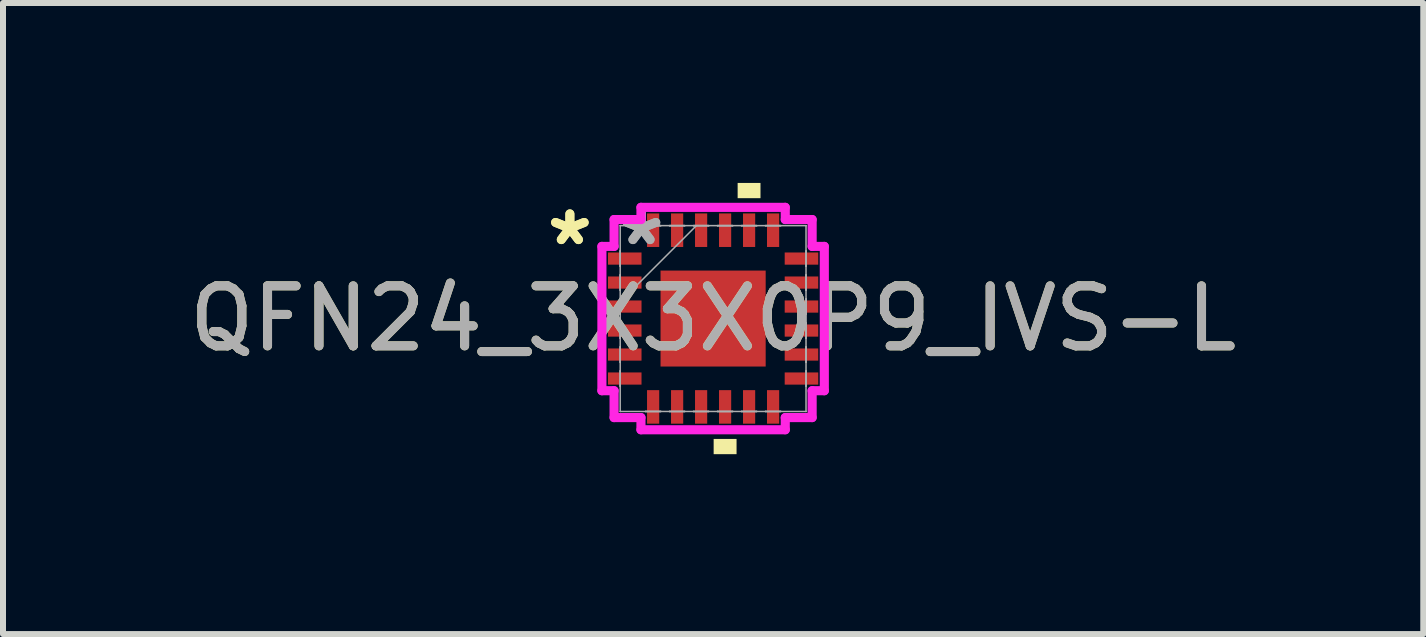
<source format=kicad_pcb>
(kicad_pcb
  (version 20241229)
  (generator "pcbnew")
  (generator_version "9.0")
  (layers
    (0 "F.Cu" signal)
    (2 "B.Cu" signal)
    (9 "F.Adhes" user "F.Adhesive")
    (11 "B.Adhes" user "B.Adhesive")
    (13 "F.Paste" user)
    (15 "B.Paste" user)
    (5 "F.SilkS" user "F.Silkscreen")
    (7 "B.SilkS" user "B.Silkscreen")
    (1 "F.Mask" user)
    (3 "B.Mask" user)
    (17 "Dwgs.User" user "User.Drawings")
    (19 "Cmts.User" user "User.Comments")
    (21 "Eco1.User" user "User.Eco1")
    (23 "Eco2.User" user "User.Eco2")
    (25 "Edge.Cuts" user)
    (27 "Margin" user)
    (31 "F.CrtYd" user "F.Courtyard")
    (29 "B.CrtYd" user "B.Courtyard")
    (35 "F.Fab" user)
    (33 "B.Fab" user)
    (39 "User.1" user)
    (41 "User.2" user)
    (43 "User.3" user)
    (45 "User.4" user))
  (footprint "QFN24_3X3X0P9_IVS-L"
    (layer "F.Cu")
    (at 8.839 2.261)
    (property "Reference" "QFN24_3X3X0P9_IVS-L" (at 0 0 0) (unlocked yes) (layer "F.SilkS") (effects (font (size 1 1) (thickness 0.15))))
    (attr smd)
    (fp_poly (pts (xy 0.009 2.007) (xy 0.009 2.261) (xy 0.391 2.261) (xy 0.391 2.007)) (stroke (width 0) (type solid)) (fill yes) (layer "F.SilkS"))
    (fp_poly (pts (xy 0.409 -2.007) (xy 0.409 -2.261) (xy 0.79 -2.261) (xy 0.79 -2.007)) (stroke (width 0) (type solid)) (fill yes) (layer "F.SilkS"))
    (fp_line (start -1.854 -1.203) (end -1.651 -1.203) (stroke (width 0.152) (type solid)) (layer "F.CrtYd"))
    (fp_line (start -1.854 1.203) (end -1.854 -1.203) (stroke (width 0.152) (type solid)) (layer "F.CrtYd"))
    (fp_line (start -1.651 -1.651) (end -1.203 -1.651) (stroke (width 0.152) (type solid)) (layer "F.CrtYd"))
    (fp_line (start -1.651 -1.203) (end -1.651 -1.651) (stroke (width 0.152) (type solid)) (layer "F.CrtYd"))
    (fp_line (start -1.651 1.203) (end -1.854 1.203) (stroke (width 0.152) (type solid)) (layer "F.CrtYd"))
    (fp_line (start -1.651 1.651) (end -1.651 1.203) (stroke (width 0.152) (type solid)) (layer "F.CrtYd"))
    (fp_line (start -1.203 -1.854) (end 1.203 -1.854) (stroke (width 0.152) (type solid)) (layer "F.CrtYd"))
    (fp_line (start -1.203 -1.651) (end -1.203 -1.854) (stroke (width 0.152) (type solid)) (layer "F.CrtYd"))
    (fp_line (start -1.203 1.651) (end -1.651 1.651) (stroke (width 0.152) (type solid)) (layer "F.CrtYd"))
    (fp_line (start -1.203 1.854) (end -1.203 1.651) (stroke (width 0.152) (type solid)) (layer "F.CrtYd"))
    (fp_line (start 1.203 -1.854) (end 1.203 -1.651) (stroke (width 0.152) (type solid)) (layer "F.CrtYd"))
    (fp_line (start 1.203 -1.651) (end 1.651 -1.651) (stroke (width 0.152) (type solid)) (layer "F.CrtYd"))
    (fp_line (start 1.203 1.651) (end 1.203 1.854) (stroke (width 0.152) (type solid)) (layer "F.CrtYd"))
    (fp_line (start 1.203 1.854) (end -1.203 1.854) (stroke (width 0.152) (type solid)) (layer "F.CrtYd"))
    (fp_line (start 1.651 -1.651) (end 1.651 -1.203) (stroke (width 0.152) (type solid)) (layer "F.CrtYd"))
    (fp_line (start 1.651 -1.203) (end 1.854 -1.203) (stroke (width 0.152) (type solid)) (layer "F.CrtYd"))
    (fp_line (start 1.651 1.203) (end 1.651 1.651) (stroke (width 0.152) (type solid)) (layer "F.CrtYd"))
    (fp_line (start 1.651 1.651) (end 1.203 1.651) (stroke (width 0.152) (type solid)) (layer "F.CrtYd"))
    (fp_line (start 1.854 -1.203) (end 1.854 1.203) (stroke (width 0.152) (type solid)) (layer "F.CrtYd"))
    (fp_line (start 1.854 1.203) (end 1.651 1.203) (stroke (width 0.152) (type solid)) (layer "F.CrtYd"))
    (fp_line (start -1.549 -1.549) (end -1.549 -1.549) (stroke (width 0.025) (type solid)) (layer "F.Fab"))
    (fp_line (start -1.549 -1.549) (end -1.549 1.549) (stroke (width 0.025) (type solid)) (layer "F.Fab"))
    (fp_line (start -1.549 -1.127) (end -1.549 -1.127) (stroke (width 0.025) (type solid)) (layer "F.Fab"))
    (fp_line (start -1.549 -1.127) (end -1.549 -0.873) (stroke (width 0.025) (type solid)) (layer "F.Fab"))
    (fp_line (start -1.549 -0.873) (end -1.549 -1.127) (stroke (width 0.025) (type solid)) (layer "F.Fab"))
    (fp_line (start -1.549 -0.873) (end -1.549 -0.873) (stroke (width 0.025) (type solid)) (layer "F.Fab"))
    (fp_line (start -1.549 -0.727) (end -1.549 -0.727) (stroke (width 0.025) (type solid)) (layer "F.Fab"))
    (fp_line (start -1.549 -0.727) (end -1.549 -0.473) (stroke (width 0.025) (type solid)) (layer "F.Fab"))
    (fp_line (start -1.549 -0.473) (end -1.549 -0.727) (stroke (width 0.025) (type solid)) (layer "F.Fab"))
    (fp_line (start -1.549 -0.473) (end -1.549 -0.473) (stroke (width 0.025) (type solid)) (layer "F.Fab"))
    (fp_line (start -1.549 -0.327) (end -1.549 -0.327) (stroke (width 0.025) (type solid)) (layer "F.Fab"))
    (fp_line (start -1.549 -0.327) (end -1.549 -0.073) (stroke (width 0.025) (type solid)) (layer "F.Fab"))
    (fp_line (start -1.549 -0.279) (end -0.279 -1.549) (stroke (width 0.025) (type solid)) (layer "F.Fab"))
    (fp_line (start -1.549 -0.073) (end -1.549 -0.327) (stroke (width 0.025) (type solid)) (layer "F.Fab"))
    (fp_line (start -1.549 -0.073) (end -1.549 -0.073) (stroke (width 0.025) (type solid)) (layer "F.Fab"))
    (fp_line (start -1.549 0.073) (end -1.549 0.073) (stroke (width 0.025) (type solid)) (layer "F.Fab"))
    (fp_line (start -1.549 0.073) (end -1.549 0.327) (stroke (width 0.025) (type solid)) (layer "F.Fab"))
    (fp_line (start -1.549 0.327) (end -1.549 0.073) (stroke (width 0.025) (type solid)) (layer "F.Fab"))
    (fp_line (start -1.549 0.327) (end -1.549 0.327) (stroke (width 0.025) (type solid)) (layer "F.Fab"))
    (fp_line (start -1.549 0.473) (end -1.549 0.473) (stroke (width 0.025) (type solid)) (layer "F.Fab"))
    (fp_line (start -1.549 0.473) (end -1.549 0.727) (stroke (width 0.025) (type solid)) (layer "F.Fab"))
    (fp_line (start -1.549 0.727) (end -1.549 0.473) (stroke (width 0.025) (type solid)) (layer "F.Fab"))
    (fp_line (start -1.549 0.727) (end -1.549 0.727) (stroke (width 0.025) (type solid)) (layer "F.Fab"))
    (fp_line (start -1.549 0.873) (end -1.549 0.873) (stroke (width 0.025) (type solid)) (layer "F.Fab"))
    (fp_line (start -1.549 0.873) (end -1.549 1.127) (stroke (width 0.025) (type solid)) (layer "F.Fab"))
    (fp_line (start -1.549 1.127) (end -1.549 0.873) (stroke (width 0.025) (type solid)) (layer "F.Fab"))
    (fp_line (start -1.549 1.127) (end -1.549 1.127) (stroke (width 0.025) (type solid)) (layer "F.Fab"))
    (fp_line (start -1.549 1.549) (end -1.549 1.549) (stroke (width 0.025) (type solid)) (layer "F.Fab"))
    (fp_line (start -1.549 1.549) (end 1.549 1.549) (stroke (width 0.025) (type solid)) (layer "F.Fab"))
    (fp_line (start -1.127 -1.549) (end -1.127 -1.549) (stroke (width 0.025) (type solid)) (layer "F.Fab"))
    (fp_line (start -1.127 -1.549) (end -0.873 -1.549) (stroke (width 0.025) (type solid)) (layer "F.Fab"))
    (fp_line (start -1.127 1.549) (end -1.127 1.549) (stroke (width 0.025) (type solid)) (layer "F.Fab"))
    (fp_line (start -1.127 1.549) (end -0.873 1.549) (stroke (width 0.025) (type solid)) (layer "F.Fab"))
    (fp_line (start -0.873 -1.549) (end -1.127 -1.549) (stroke (width 0.025) (type solid)) (layer "F.Fab"))
    (fp_line (start -0.873 -1.549) (end -0.873 -1.549) (stroke (width 0.025) (type solid)) (layer "F.Fab"))
    (fp_line (start -0.873 1.549) (end -1.127 1.549) (stroke (width 0.025) (type solid)) (layer "F.Fab"))
    (fp_line (start -0.873 1.549) (end -0.873 1.549) (stroke (width 0.025) (type solid)) (layer "F.Fab"))
    (fp_line (start -0.727 -1.549) (end -0.727 -1.549) (stroke (width 0.025) (type solid)) (layer "F.Fab"))
    (fp_line (start -0.727 -1.549) (end -0.473 -1.549) (stroke (width 0.025) (type solid)) (layer "F.Fab"))
    (fp_line (start -0.727 1.549) (end -0.727 1.549) (stroke (width 0.025) (type solid)) (layer "F.Fab"))
    (fp_line (start -0.727 1.549) (end -0.473 1.549) (stroke (width 0.025) (type solid)) (layer "F.Fab"))
    (fp_line (start -0.473 -1.549) (end -0.727 -1.549) (stroke (width 0.025) (type solid)) (layer "F.Fab"))
    (fp_line (start -0.473 -1.549) (end -0.473 -1.549) (stroke (width 0.025) (type solid)) (layer "F.Fab"))
    (fp_line (start -0.473 1.549) (end -0.727 1.549) (stroke (width 0.025) (type solid)) (layer "F.Fab"))
    (fp_line (start -0.473 1.549) (end -0.473 1.549) (stroke (width 0.025) (type solid)) (layer "F.Fab"))
    (fp_line (start -0.327 -1.549) (end -0.327 -1.549) (stroke (width 0.025) (type solid)) (layer "F.Fab"))
    (fp_line (start -0.327 -1.549) (end -0.073 -1.549) (stroke (width 0.025) (type solid)) (layer "F.Fab"))
    (fp_line (start -0.327 1.549) (end -0.327 1.549) (stroke (width 0.025) (type solid)) (layer "F.Fab"))
    (fp_line (start -0.327 1.549) (end -0.073 1.549) (stroke (width 0.025) (type solid)) (layer "F.Fab"))
    (fp_line (start -0.073 -1.549) (end -0.327 -1.549) (stroke (width 0.025) (type solid)) (layer "F.Fab"))
    (fp_line (start -0.073 -1.549) (end -0.073 -1.549) (stroke (width 0.025) (type solid)) (layer "F.Fab"))
    (fp_line (start -0.073 1.549) (end -0.327 1.549) (stroke (width 0.025) (type solid)) (layer "F.Fab"))
    (fp_line (start -0.073 1.549) (end -0.073 1.549) (stroke (width 0.025) (type solid)) (layer "F.Fab"))
    (fp_line (start 0.073 -1.549) (end 0.073 -1.549) (stroke (width 0.025) (type solid)) (layer "F.Fab"))
    (fp_line (start 0.073 -1.549) (end 0.327 -1.549) (stroke (width 0.025) (type solid)) (layer "F.Fab"))
    (fp_line (start 0.073 1.549) (end 0.073 1.549) (stroke (width 0.025) (type solid)) (layer "F.Fab"))
    (fp_line (start 0.073 1.549) (end 0.327 1.549) (stroke (width 0.025) (type solid)) (layer "F.Fab"))
    (fp_line (start 0.327 -1.549) (end 0.073 -1.549) (stroke (width 0.025) (type solid)) (layer "F.Fab"))
    (fp_line (start 0.327 -1.549) (end 0.327 -1.549) (stroke (width 0.025) (type solid)) (layer "F.Fab"))
    (fp_line (start 0.327 1.549) (end 0.073 1.549) (stroke (width 0.025) (type solid)) (layer "F.Fab"))
    (fp_line (start 0.327 1.549) (end 0.327 1.549) (stroke (width 0.025) (type solid)) (layer "F.Fab"))
    (fp_line (start 0.473 -1.549) (end 0.473 -1.549) (stroke (width 0.025) (type solid)) (layer "F.Fab"))
    (fp_line (start 0.473 -1.549) (end 0.727 -1.549) (stroke (width 0.025) (type solid)) (layer "F.Fab"))
    (fp_line (start 0.473 1.549) (end 0.473 1.549) (stroke (width 0.025) (type solid)) (layer "F.Fab"))
    (fp_line (start 0.473 1.549) (end 0.727 1.549) (stroke (width 0.025) (type solid)) (layer "F.Fab"))
    (fp_line (start 0.727 -1.549) (end 0.473 -1.549) (stroke (width 0.025) (type solid)) (layer "F.Fab"))
    (fp_line (start 0.727 -1.549) (end 0.727 -1.549) (stroke (width 0.025) (type solid)) (layer "F.Fab"))
    (fp_line (start 0.727 1.549) (end 0.473 1.549) (stroke (width 0.025) (type solid)) (layer "F.Fab"))
    (fp_line (start 0.727 1.549) (end 0.727 1.549) (stroke (width 0.025) (type solid)) (layer "F.Fab"))
    (fp_line (start 0.873 -1.549) (end 0.873 -1.549) (stroke (width 0.025) (type solid)) (layer "F.Fab"))
    (fp_line (start 0.873 -1.549) (end 1.127 -1.549) (stroke (width 0.025) (type solid)) (layer "F.Fab"))
    (fp_line (start 0.873 1.549) (end 0.873 1.549) (stroke (width 0.025) (type solid)) (layer "F.Fab"))
    (fp_line (start 0.873 1.549) (end 1.127 1.549) (stroke (width 0.025) (type solid)) (layer "F.Fab"))
    (fp_line (start 1.127 -1.549) (end 0.873 -1.549) (stroke (width 0.025) (type solid)) (layer "F.Fab"))
    (fp_line (start 1.127 -1.549) (end 1.127 -1.549) (stroke (width 0.025) (type solid)) (layer "F.Fab"))
    (fp_line (start 1.127 1.549) (end 0.873 1.549) (stroke (width 0.025) (type solid)) (layer "F.Fab"))
    (fp_line (start 1.127 1.549) (end 1.127 1.549) (stroke (width 0.025) (type solid)) (layer "F.Fab"))
    (fp_line (start 1.549 -1.549) (end -1.549 -1.549) (stroke (width 0.025) (type solid)) (layer "F.Fab"))
    (fp_line (start 1.549 -1.549) (end 1.549 -1.549) (stroke (width 0.025) (type solid)) (layer "F.Fab"))
    (fp_line (start 1.549 -1.127) (end 1.549 -1.127) (stroke (width 0.025) (type solid)) (layer "F.Fab"))
    (fp_line (start 1.549 -1.127) (end 1.549 -0.873) (stroke (width 0.025) (type solid)) (layer "F.Fab"))
    (fp_line (start 1.549 -0.873) (end 1.549 -1.127) (stroke (width 0.025) (type solid)) (layer "F.Fab"))
    (fp_line (start 1.549 -0.873) (end 1.549 -0.873) (stroke (width 0.025) (type solid)) (layer "F.Fab"))
    (fp_line (start 1.549 -0.727) (end 1.549 -0.727) (stroke (width 0.025) (type solid)) (layer "F.Fab"))
    (fp_line (start 1.549 -0.727) (end 1.549 -0.473) (stroke (width 0.025) (type solid)) (layer "F.Fab"))
    (fp_line (start 1.549 -0.473) (end 1.549 -0.727) (stroke (width 0.025) (type solid)) (layer "F.Fab"))
    (fp_line (start 1.549 -0.473) (end 1.549 -0.473) (stroke (width 0.025) (type solid)) (layer "F.Fab"))
    (fp_line (start 1.549 -0.327) (end 1.549 -0.327) (stroke (width 0.025) (type solid)) (layer "F.Fab"))
    (fp_line (start 1.549 -0.327) (end 1.549 -0.073) (stroke (width 0.025) (type solid)) (layer "F.Fab"))
    (fp_line (start 1.549 -0.073) (end 1.549 -0.327) (stroke (width 0.025) (type solid)) (layer "F.Fab"))
    (fp_line (start 1.549 -0.073) (end 1.549 -0.073) (stroke (width 0.025) (type solid)) (layer "F.Fab"))
    (fp_line (start 1.549 0.073) (end 1.549 0.073) (stroke (width 0.025) (type solid)) (layer "F.Fab"))
    (fp_line (start 1.549 0.073) (end 1.549 0.327) (stroke (width 0.025) (type solid)) (layer "F.Fab"))
    (fp_line (start 1.549 0.327) (end 1.549 0.073) (stroke (width 0.025) (type solid)) (layer "F.Fab"))
    (fp_line (start 1.549 0.327) (end 1.549 0.327) (stroke (width 0.025) (type solid)) (layer "F.Fab"))
    (fp_line (start 1.549 0.473) (end 1.549 0.473) (stroke (width 0.025) (type solid)) (layer "F.Fab"))
    (fp_line (start 1.549 0.473) (end 1.549 0.727) (stroke (width 0.025) (type solid)) (layer "F.Fab"))
    (fp_line (start 1.549 0.727) (end 1.549 0.473) (stroke (width 0.025) (type solid)) (layer "F.Fab"))
    (fp_line (start 1.549 0.727) (end 1.549 0.727) (stroke (width 0.025) (type solid)) (layer "F.Fab"))
    (fp_line (start 1.549 0.873) (end 1.549 0.873) (stroke (width 0.025) (type solid)) (layer "F.Fab"))
    (fp_line (start 1.549 0.873) (end 1.549 1.127) (stroke (width 0.025) (type solid)) (layer "F.Fab"))
    (fp_line (start 1.549 1.127) (end 1.549 0.873) (stroke (width 0.025) (type solid)) (layer "F.Fab"))
    (fp_line (start 1.549 1.127) (end 1.549 1.127) (stroke (width 0.025) (type solid)) (layer "F.Fab"))
    (fp_line (start 1.549 1.549) (end 1.549 -1.549) (stroke (width 0.025) (type solid)) (layer "F.Fab"))
    (fp_line (start 1.549 1.549) (end 1.549 1.549) (stroke (width 0.025) (type solid)) (layer "F.Fab"))
    (fp_text user "*" (at -2.388 -1.2 0) (layer "F.SilkS") (effects (font (size 1 1) (thickness 0.15))))
    (fp_text user "*" (at -2.388 -1.2 0) (unlocked yes) (layer "F.SilkS") (effects (font (size 1 1) (thickness 0.15))))
    (fp_text user "*" (at -1.194 -1.2 0) (layer "F.Fab") (effects (font (size 1 1) (thickness 0.15))))
    (fp_text user "*" (at -1.194 -1.2 0) (unlocked yes) (layer "F.Fab") (effects (font (size 1 1) (thickness 0.15))))
    (fp_text user "${REFERENCE}" (at 0 0 0) (unlocked yes) (layer "F.Fab") (effects (font (size 1 1) (thickness 0.15))))
    (pad "1" smd rect (at -1.473 -1 90) (size 0.203 0.559) (layers "F.Cu" "F.Mask" "F.Paste"))
    (pad "2" smd rect (at -1.473 -0.6 90) (size 0.203 0.559) (layers "F.Cu" "F.Mask" "F.Paste"))
    (pad "3" smd rect (at -1.473 -0.2 90) (size 0.203 0.559) (layers "F.Cu" "F.Mask" "F.Paste"))
    (pad "4" smd rect (at -1.473 0.2 90) (size 0.203 0.559) (layers "F.Cu" "F.Mask" "F.Paste"))
    (pad "5" smd rect (at -1.473 0.6 90) (size 0.203 0.559) (layers "F.Cu" "F.Mask" "F.Paste"))
    (pad "6" smd rect (at -1.473 1 90) (size 0.203 0.559) (layers "F.Cu" "F.Mask" "F.Paste"))
    (pad "7" smd rect (at -1 1.473) (size 0.203 0.559) (layers "F.Cu" "F.Mask" "F.Paste"))
    (pad "8" smd rect (at -0.6 1.473) (size 0.203 0.559) (layers "F.Cu" "F.Mask" "F.Paste"))
    (pad "9" smd rect (at -0.2 1.473) (size 0.203 0.559) (layers "F.Cu" "F.Mask" "F.Paste"))
    (pad "10" smd rect (at 0.2 1.473) (size 0.203 0.559) (layers "F.Cu" "F.Mask" "F.Paste"))
    (pad "11" smd rect (at 0.6 1.473) (size 0.203 0.559) (layers "F.Cu" "F.Mask" "F.Paste"))
    (pad "12" smd rect (at 1 1.473) (size 0.203 0.559) (layers "F.Cu" "F.Mask" "F.Paste"))
    (pad "13" smd rect (at 1.473 1 90) (size 0.203 0.559) (layers "F.Cu" "F.Mask" "F.Paste"))
    (pad "14" smd rect (at 1.473 0.6 90) (size 0.203 0.559) (layers "F.Cu" "F.Mask" "F.Paste"))
    (pad "15" smd rect (at 1.473 0.2 90) (size 0.203 0.559) (layers "F.Cu" "F.Mask" "F.Paste"))
    (pad "16" smd rect (at 1.473 -0.2 90) (size 0.203 0.559) (layers "F.Cu" "F.Mask" "F.Paste"))
    (pad "17" smd rect (at 1.473 -0.6 90) (size 0.203 0.559) (layers "F.Cu" "F.Mask" "F.Paste"))
    (pad "18" smd rect (at 1.473 -1 90) (size 0.203 0.559) (layers "F.Cu" "F.Mask" "F.Paste"))
    (pad "19" smd rect (at 1 -1.473) (size 0.203 0.559) (layers "F.Cu" "F.Mask" "F.Paste"))
    (pad "20" smd rect (at 0.6 -1.473) (size 0.203 0.559) (layers "F.Cu" "F.Mask" "F.Paste"))
    (pad "21" smd rect (at 0.2 -1.473) (size 0.203 0.559) (layers "F.Cu" "F.Mask" "F.Paste"))
    (pad "22" smd rect (at -0.2 -1.473) (size 0.203 0.559) (layers "F.Cu" "F.Mask" "F.Paste"))
    (pad "23" smd rect (at -0.6 -1.473) (size 0.203 0.559) (layers "F.Cu" "F.Mask" "F.Paste"))
    (pad "24" smd rect (at -1 -1.473) (size 0.203 0.559) (layers "F.Cu" "F.Mask" "F.Paste"))
    (pad "25" smd rect (at 0 0) (size 1.753 1.6) (layers "F.Cu" "F.Mask" "F.Paste")))
  (gr_rect
    (start -3 -3)
    (end 20.679 7.521)
    (stroke (width 0.1) (type default))
    (fill no)
    (layer "Edge.Cuts")))
</source>
